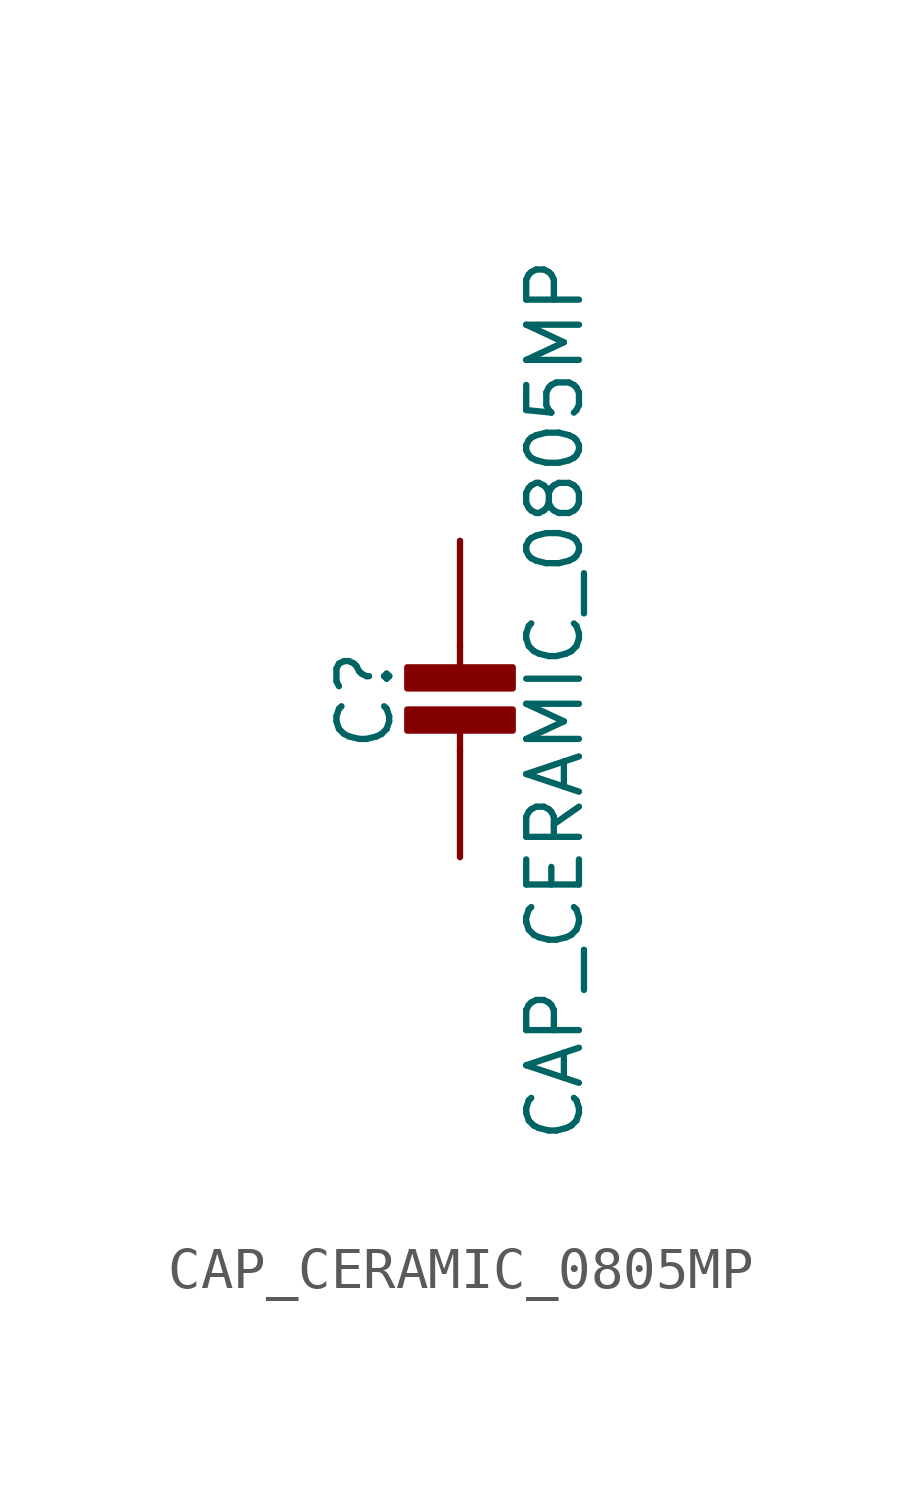
<source format=kicad_sym>
(kicad_symbol_lib
  (version 20211014)
  (generator kicad_symbol_editor)
  (symbol "CAP_CERAMIC_0805MP"
    (pin_names
      (offset 1.016))
    (property "Reference" "C"
      (at -2.286 1.245 90)
      (effects (font (size 1.27 1.27))))
    (property "Value" "CAP_CERAMIC_0805MP"
      (at 2.286 1.245 90)
      (effects (font (size 1.27 1.27))))
    (property "ki_locked" ""
      (at 0 0 0)
      (effects (font (size 1.27 1.27))))
    (symbol "CAP_CERAMIC_0805MP_1_0"
      (rectangle (start -1.27 0.508) (end 1.27 1.016) (stroke (width 0) (type default) (color 0 0 0 0)) (fill (type outline)))
      (rectangle (start -1.27 1.524) (end 1.27 2.032) (stroke (width 0) (type default) (color 0 0 0 0)) (fill (type outline)))
      (polyline (pts (xy 0 0.762) (xy 0 0)) (stroke (width 0) (type default) (color 0 0 0 0)) (fill (type none)))
      (polyline (pts (xy 0 2.54) (xy 0 1.778)) (stroke (width 0) (type default) (color 0 0 0 0)) (fill (type none)))
      (pin passive line (at 0 5.08 270) (length 2.54) (name "1" (effects (font (size 0 0)))) (number "1" (effects (font (size 0 0)))))
      (pin passive line (at 0 -2.54 90) (length 2.54) (name "2" (effects (font (size 0 0)))) (number "2" (effects (font (size 0 0))))))))
</source>
